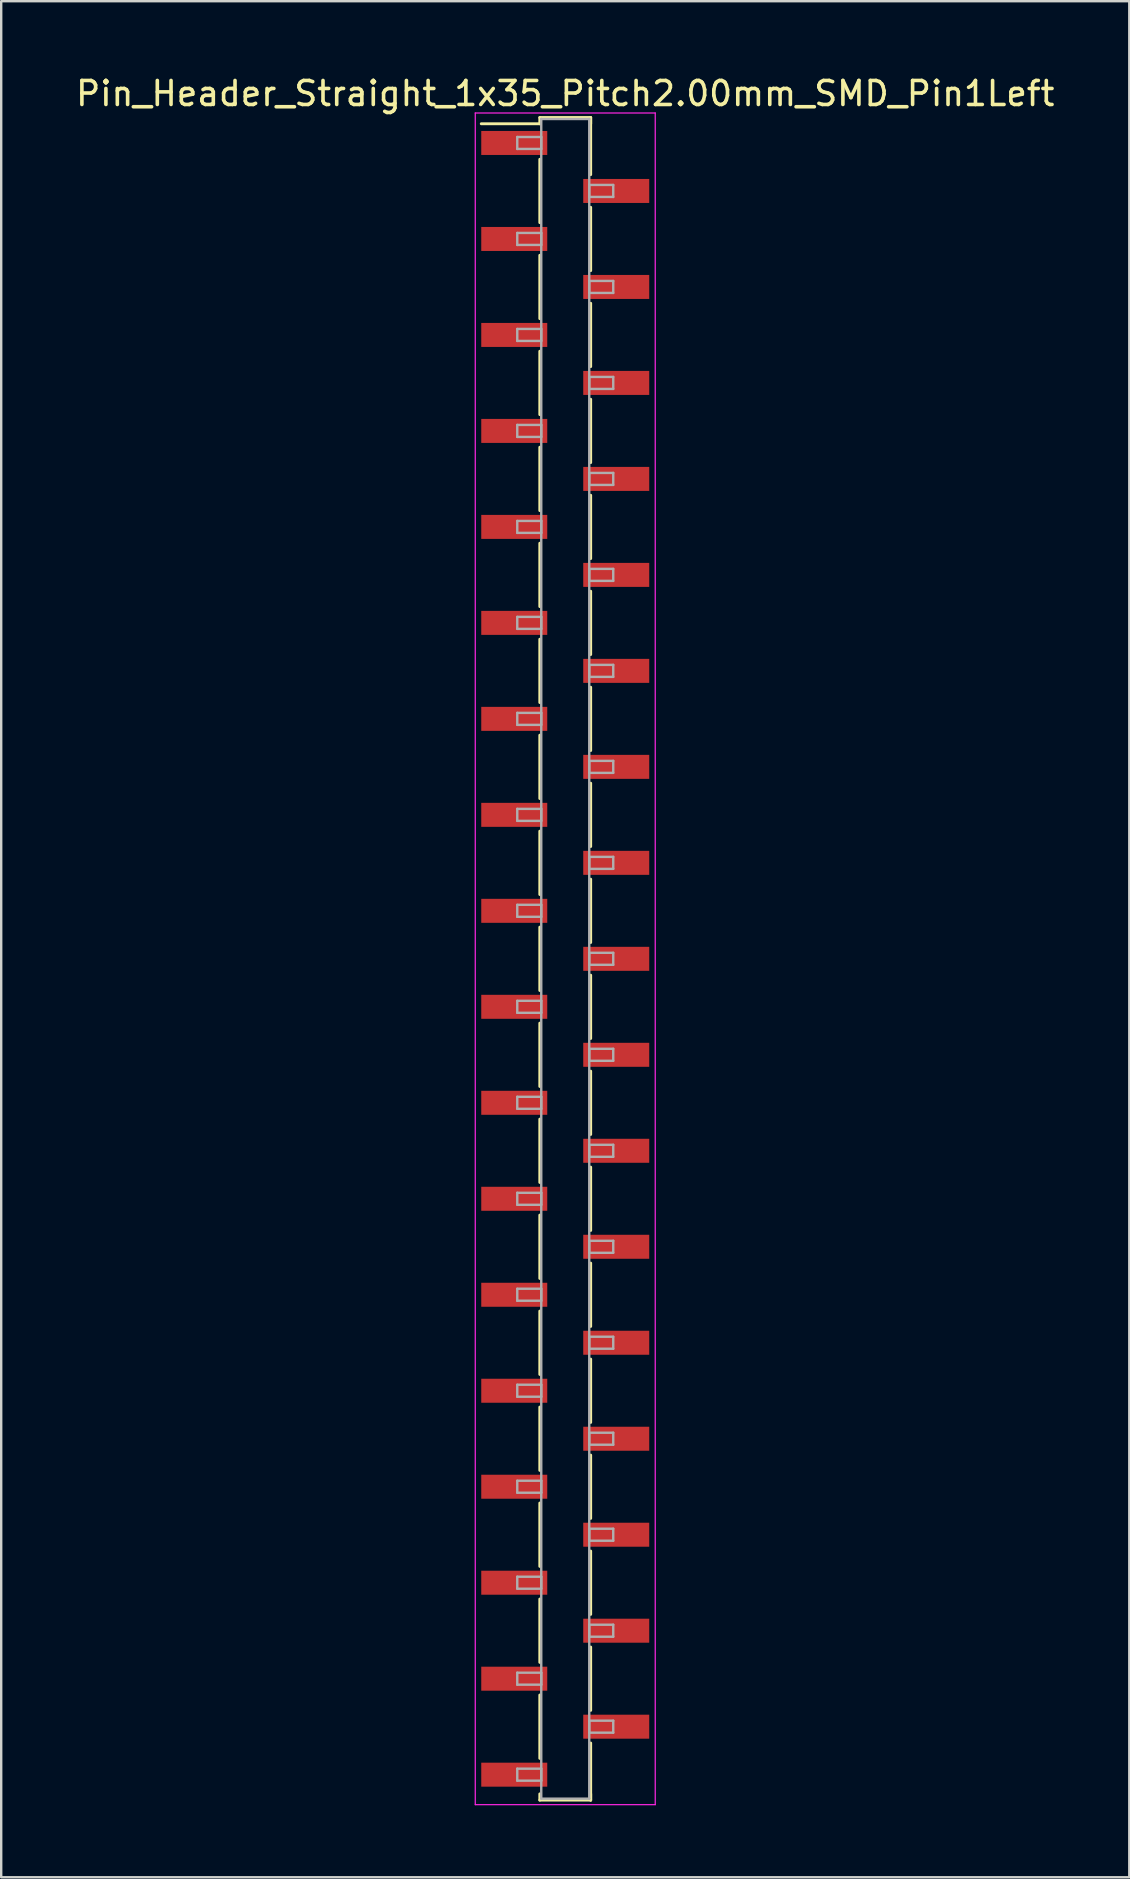
<source format=kicad_pcb>
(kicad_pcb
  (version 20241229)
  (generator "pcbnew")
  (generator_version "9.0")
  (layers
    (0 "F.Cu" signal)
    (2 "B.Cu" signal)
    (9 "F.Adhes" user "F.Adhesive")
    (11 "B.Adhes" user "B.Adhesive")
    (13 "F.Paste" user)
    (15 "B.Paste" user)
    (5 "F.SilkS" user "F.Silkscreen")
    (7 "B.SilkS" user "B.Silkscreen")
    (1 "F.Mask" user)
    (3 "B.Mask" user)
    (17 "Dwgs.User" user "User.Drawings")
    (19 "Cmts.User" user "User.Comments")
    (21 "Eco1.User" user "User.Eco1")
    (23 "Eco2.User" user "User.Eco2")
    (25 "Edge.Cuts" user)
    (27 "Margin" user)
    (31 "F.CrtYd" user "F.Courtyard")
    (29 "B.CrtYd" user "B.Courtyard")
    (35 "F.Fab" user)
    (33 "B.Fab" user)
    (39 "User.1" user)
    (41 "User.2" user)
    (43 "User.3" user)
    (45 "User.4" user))
  (footprint "Pin_Header_Straight_1x35_Pitch2.00mm_SMD_Pin1Left"
    (layer "F.Cu")
    (at 20.506 36.908)
    (property "Reference" "Pin_Header_Straight_1x35_Pitch2.00mm_SMD_Pin1Left" (at 0 -36.06 0) (layer "F.SilkS") (effects (font (size 1 1) (thickness 0.15))))
    (attr smd)
    (fp_line (start -1.06 -35.06) (end 1.06 -35.06) (stroke (width 0.12) (type solid)) (layer "F.SilkS"))
    (fp_line (start -1.06 -34.8) (end -3.5 -34.8) (stroke (width 0.12) (type solid)) (layer "F.SilkS"))
    (fp_line (start -1.06 -34.8) (end -1.06 -35.06) (stroke (width 0.12) (type solid)) (layer "F.SilkS"))
    (fp_line (start -1.06 -33.32) (end -1.06 -30.68) (stroke (width 0.12) (type solid)) (layer "F.SilkS"))
    (fp_line (start -1.06 -29.32) (end -1.06 -26.68) (stroke (width 0.12) (type solid)) (layer "F.SilkS"))
    (fp_line (start -1.06 -25.32) (end -1.06 -22.68) (stroke (width 0.12) (type solid)) (layer "F.SilkS"))
    (fp_line (start -1.06 -21.32) (end -1.06 -18.68) (stroke (width 0.12) (type solid)) (layer "F.SilkS"))
    (fp_line (start -1.06 -17.32) (end -1.06 -14.68) (stroke (width 0.12) (type solid)) (layer "F.SilkS"))
    (fp_line (start -1.06 -13.32) (end -1.06 -10.68) (stroke (width 0.12) (type solid)) (layer "F.SilkS"))
    (fp_line (start -1.06 -9.32) (end -1.06 -6.68) (stroke (width 0.12) (type solid)) (layer "F.SilkS"))
    (fp_line (start -1.06 -5.32) (end -1.06 -2.68) (stroke (width 0.12) (type solid)) (layer "F.SilkS"))
    (fp_line (start -1.06 -1.32) (end -1.06 1.32) (stroke (width 0.12) (type solid)) (layer "F.SilkS"))
    (fp_line (start -1.06 2.68) (end -1.06 5.32) (stroke (width 0.12) (type solid)) (layer "F.SilkS"))
    (fp_line (start -1.06 6.68) (end -1.06 9.32) (stroke (width 0.12) (type solid)) (layer "F.SilkS"))
    (fp_line (start -1.06 10.68) (end -1.06 13.32) (stroke (width 0.12) (type solid)) (layer "F.SilkS"))
    (fp_line (start -1.06 14.68) (end -1.06 17.32) (stroke (width 0.12) (type solid)) (layer "F.SilkS"))
    (fp_line (start -1.06 18.68) (end -1.06 21.32) (stroke (width 0.12) (type solid)) (layer "F.SilkS"))
    (fp_line (start -1.06 22.68) (end -1.06 25.32) (stroke (width 0.12) (type solid)) (layer "F.SilkS"))
    (fp_line (start -1.06 26.68) (end -1.06 29.32) (stroke (width 0.12) (type solid)) (layer "F.SilkS"))
    (fp_line (start -1.06 30.68) (end -1.06 33.32) (stroke (width 0.12) (type solid)) (layer "F.SilkS"))
    (fp_line (start -1.06 34.8) (end -1.06 35.06) (stroke (width 0.12) (type solid)) (layer "F.SilkS"))
    (fp_line (start -1.06 35.06) (end 1.06 35.06) (stroke (width 0.12) (type solid)) (layer "F.SilkS"))
    (fp_line (start 1.06 -35.06) (end 1.06 -34.8) (stroke (width 0.12) (type solid)) (layer "F.SilkS"))
    (fp_line (start 1.06 -35.06) (end 1.06 -32.68) (stroke (width 0.12) (type solid)) (layer "F.SilkS"))
    (fp_line (start 1.06 -31.32) (end 1.06 -28.68) (stroke (width 0.12) (type solid)) (layer "F.SilkS"))
    (fp_line (start 1.06 -27.32) (end 1.06 -24.68) (stroke (width 0.12) (type solid)) (layer "F.SilkS"))
    (fp_line (start 1.06 -23.32) (end 1.06 -20.68) (stroke (width 0.12) (type solid)) (layer "F.SilkS"))
    (fp_line (start 1.06 -19.32) (end 1.06 -16.68) (stroke (width 0.12) (type solid)) (layer "F.SilkS"))
    (fp_line (start 1.06 -15.32) (end 1.06 -12.68) (stroke (width 0.12) (type solid)) (layer "F.SilkS"))
    (fp_line (start 1.06 -11.32) (end 1.06 -8.68) (stroke (width 0.12) (type solid)) (layer "F.SilkS"))
    (fp_line (start 1.06 -7.32) (end 1.06 -4.68) (stroke (width 0.12) (type solid)) (layer "F.SilkS"))
    (fp_line (start 1.06 -3.32) (end 1.06 -0.68) (stroke (width 0.12) (type solid)) (layer "F.SilkS"))
    (fp_line (start 1.06 0.68) (end 1.06 3.32) (stroke (width 0.12) (type solid)) (layer "F.SilkS"))
    (fp_line (start 1.06 4.68) (end 1.06 7.32) (stroke (width 0.12) (type solid)) (layer "F.SilkS"))
    (fp_line (start 1.06 8.68) (end 1.06 11.32) (stroke (width 0.12) (type solid)) (layer "F.SilkS"))
    (fp_line (start 1.06 12.68) (end 1.06 15.32) (stroke (width 0.12) (type solid)) (layer "F.SilkS"))
    (fp_line (start 1.06 16.68) (end 1.06 19.32) (stroke (width 0.12) (type solid)) (layer "F.SilkS"))
    (fp_line (start 1.06 20.68) (end 1.06 23.32) (stroke (width 0.12) (type solid)) (layer "F.SilkS"))
    (fp_line (start 1.06 24.68) (end 1.06 27.32) (stroke (width 0.12) (type solid)) (layer "F.SilkS"))
    (fp_line (start 1.06 28.68) (end 1.06 31.32) (stroke (width 0.12) (type solid)) (layer "F.SilkS"))
    (fp_line (start 1.06 32.68) (end 1.06 35.06) (stroke (width 0.12) (type solid)) (layer "F.SilkS"))
    (fp_line (start 1.06 35.06) (end 1.06 34.8) (stroke (width 0.12) (type solid)) (layer "F.SilkS"))
    (fp_line (start -3.75 -35.25) (end -3.75 35.25) (stroke (width 0.05) (type solid)) (layer "F.CrtYd"))
    (fp_line (start -3.75 35.25) (end 3.75 35.25) (stroke (width 0.05) (type solid)) (layer "F.CrtYd"))
    (fp_line (start 3.75 -35.25) (end -3.75 -35.25) (stroke (width 0.05) (type solid)) (layer "F.CrtYd"))
    (fp_line (start 3.75 35.25) (end 3.75 -35.25) (stroke (width 0.05) (type solid)) (layer "F.CrtYd"))
    (fp_line (start -2 -34.25) (end -1 -34.25) (stroke (width 0.1) (type solid)) (layer "F.Fab"))
    (fp_line (start -2 -33.75) (end -2 -34.25) (stroke (width 0.1) (type solid)) (layer "F.Fab"))
    (fp_line (start -2 -30.25) (end -1 -30.25) (stroke (width 0.1) (type solid)) (layer "F.Fab"))
    (fp_line (start -2 -29.75) (end -2 -30.25) (stroke (width 0.1) (type solid)) (layer "F.Fab"))
    (fp_line (start -2 -26.25) (end -1 -26.25) (stroke (width 0.1) (type solid)) (layer "F.Fab"))
    (fp_line (start -2 -25.75) (end -2 -26.25) (stroke (width 0.1) (type solid)) (layer "F.Fab"))
    (fp_line (start -2 -22.25) (end -1 -22.25) (stroke (width 0.1) (type solid)) (layer "F.Fab"))
    (fp_line (start -2 -21.75) (end -2 -22.25) (stroke (width 0.1) (type solid)) (layer "F.Fab"))
    (fp_line (start -2 -18.25) (end -1 -18.25) (stroke (width 0.1) (type solid)) (layer "F.Fab"))
    (fp_line (start -2 -17.75) (end -2 -18.25) (stroke (width 0.1) (type solid)) (layer "F.Fab"))
    (fp_line (start -2 -14.25) (end -1 -14.25) (stroke (width 0.1) (type solid)) (layer "F.Fab"))
    (fp_line (start -2 -13.75) (end -2 -14.25) (stroke (width 0.1) (type solid)) (layer "F.Fab"))
    (fp_line (start -2 -10.25) (end -1 -10.25) (stroke (width 0.1) (type solid)) (layer "F.Fab"))
    (fp_line (start -2 -9.75) (end -2 -10.25) (stroke (width 0.1) (type solid)) (layer "F.Fab"))
    (fp_line (start -2 -6.25) (end -1 -6.25) (stroke (width 0.1) (type solid)) (layer "F.Fab"))
    (fp_line (start -2 -5.75) (end -2 -6.25) (stroke (width 0.1) (type solid)) (layer "F.Fab"))
    (fp_line (start -2 -2.25) (end -1 -2.25) (stroke (width 0.1) (type solid)) (layer "F.Fab"))
    (fp_line (start -2 -1.75) (end -2 -2.25) (stroke (width 0.1) (type solid)) (layer "F.Fab"))
    (fp_line (start -2 1.75) (end -1 1.75) (stroke (width 0.1) (type solid)) (layer "F.Fab"))
    (fp_line (start -2 2.25) (end -2 1.75) (stroke (width 0.1) (type solid)) (layer "F.Fab"))
    (fp_line (start -2 5.75) (end -1 5.75) (stroke (width 0.1) (type solid)) (layer "F.Fab"))
    (fp_line (start -2 6.25) (end -2 5.75) (stroke (width 0.1) (type solid)) (layer "F.Fab"))
    (fp_line (start -2 9.75) (end -1 9.75) (stroke (width 0.1) (type solid)) (layer "F.Fab"))
    (fp_line (start -2 10.25) (end -2 9.75) (stroke (width 0.1) (type solid)) (layer "F.Fab"))
    (fp_line (start -2 13.75) (end -1 13.75) (stroke (width 0.1) (type solid)) (layer "F.Fab"))
    (fp_line (start -2 14.25) (end -2 13.75) (stroke (width 0.1) (type solid)) (layer "F.Fab"))
    (fp_line (start -2 17.75) (end -1 17.75) (stroke (width 0.1) (type solid)) (layer "F.Fab"))
    (fp_line (start -2 18.25) (end -2 17.75) (stroke (width 0.1) (type solid)) (layer "F.Fab"))
    (fp_line (start -2 21.75) (end -1 21.75) (stroke (width 0.1) (type solid)) (layer "F.Fab"))
    (fp_line (start -2 22.25) (end -2 21.75) (stroke (width 0.1) (type solid)) (layer "F.Fab"))
    (fp_line (start -2 25.75) (end -1 25.75) (stroke (width 0.1) (type solid)) (layer "F.Fab"))
    (fp_line (start -2 26.25) (end -2 25.75) (stroke (width 0.1) (type solid)) (layer "F.Fab"))
    (fp_line (start -2 29.75) (end -1 29.75) (stroke (width 0.1) (type solid)) (layer "F.Fab"))
    (fp_line (start -2 30.25) (end -2 29.75) (stroke (width 0.1) (type solid)) (layer "F.Fab"))
    (fp_line (start -2 33.75) (end -1 33.75) (stroke (width 0.1) (type solid)) (layer "F.Fab"))
    (fp_line (start -2 34.25) (end -2 33.75) (stroke (width 0.1) (type solid)) (layer "F.Fab"))
    (fp_line (start -1 -35) (end -1 35) (stroke (width 0.1) (type solid)) (layer "F.Fab"))
    (fp_line (start -1 -34.25) (end -1 -33.75) (stroke (width 0.1) (type solid)) (layer "F.Fab"))
    (fp_line (start -1 -33.75) (end -2 -33.75) (stroke (width 0.1) (type solid)) (layer "F.Fab"))
    (fp_line (start -1 -30.25) (end -1 -29.75) (stroke (width 0.1) (type solid)) (layer "F.Fab"))
    (fp_line (start -1 -29.75) (end -2 -29.75) (stroke (width 0.1) (type solid)) (layer "F.Fab"))
    (fp_line (start -1 -26.25) (end -1 -25.75) (stroke (width 0.1) (type solid)) (layer "F.Fab"))
    (fp_line (start -1 -25.75) (end -2 -25.75) (stroke (width 0.1) (type solid)) (layer "F.Fab"))
    (fp_line (start -1 -22.25) (end -1 -21.75) (stroke (width 0.1) (type solid)) (layer "F.Fab"))
    (fp_line (start -1 -21.75) (end -2 -21.75) (stroke (width 0.1) (type solid)) (layer "F.Fab"))
    (fp_line (start -1 -18.25) (end -1 -17.75) (stroke (width 0.1) (type solid)) (layer "F.Fab"))
    (fp_line (start -1 -17.75) (end -2 -17.75) (stroke (width 0.1) (type solid)) (layer "F.Fab"))
    (fp_line (start -1 -14.25) (end -1 -13.75) (stroke (width 0.1) (type solid)) (layer "F.Fab"))
    (fp_line (start -1 -13.75) (end -2 -13.75) (stroke (width 0.1) (type solid)) (layer "F.Fab"))
    (fp_line (start -1 -10.25) (end -1 -9.75) (stroke (width 0.1) (type solid)) (layer "F.Fab"))
    (fp_line (start -1 -9.75) (end -2 -9.75) (stroke (width 0.1) (type solid)) (layer "F.Fab"))
    (fp_line (start -1 -6.25) (end -1 -5.75) (stroke (width 0.1) (type solid)) (layer "F.Fab"))
    (fp_line (start -1 -5.75) (end -2 -5.75) (stroke (width 0.1) (type solid)) (layer "F.Fab"))
    (fp_line (start -1 -2.25) (end -1 -1.75) (stroke (width 0.1) (type solid)) (layer "F.Fab"))
    (fp_line (start -1 -1.75) (end -2 -1.75) (stroke (width 0.1) (type solid)) (layer "F.Fab"))
    (fp_line (start -1 1.75) (end -1 2.25) (stroke (width 0.1) (type solid)) (layer "F.Fab"))
    (fp_line (start -1 2.25) (end -2 2.25) (stroke (width 0.1) (type solid)) (layer "F.Fab"))
    (fp_line (start -1 5.75) (end -1 6.25) (stroke (width 0.1) (type solid)) (layer "F.Fab"))
    (fp_line (start -1 6.25) (end -2 6.25) (stroke (width 0.1) (type solid)) (layer "F.Fab"))
    (fp_line (start -1 9.75) (end -1 10.25) (stroke (width 0.1) (type solid)) (layer "F.Fab"))
    (fp_line (start -1 10.25) (end -2 10.25) (stroke (width 0.1) (type solid)) (layer "F.Fab"))
    (fp_line (start -1 13.75) (end -1 14.25) (stroke (width 0.1) (type solid)) (layer "F.Fab"))
    (fp_line (start -1 14.25) (end -2 14.25) (stroke (width 0.1) (type solid)) (layer "F.Fab"))
    (fp_line (start -1 17.75) (end -1 18.25) (stroke (width 0.1) (type solid)) (layer "F.Fab"))
    (fp_line (start -1 18.25) (end -2 18.25) (stroke (width 0.1) (type solid)) (layer "F.Fab"))
    (fp_line (start -1 21.75) (end -1 22.25) (stroke (width 0.1) (type solid)) (layer "F.Fab"))
    (fp_line (start -1 22.25) (end -2 22.25) (stroke (width 0.1) (type solid)) (layer "F.Fab"))
    (fp_line (start -1 25.75) (end -1 26.25) (stroke (width 0.1) (type solid)) (layer "F.Fab"))
    (fp_line (start -1 26.25) (end -2 26.25) (stroke (width 0.1) (type solid)) (layer "F.Fab"))
    (fp_line (start -1 29.75) (end -1 30.25) (stroke (width 0.1) (type solid)) (layer "F.Fab"))
    (fp_line (start -1 30.25) (end -2 30.25) (stroke (width 0.1) (type solid)) (layer "F.Fab"))
    (fp_line (start -1 33.75) (end -1 34.25) (stroke (width 0.1) (type solid)) (layer "F.Fab"))
    (fp_line (start -1 34.25) (end -2 34.25) (stroke (width 0.1) (type solid)) (layer "F.Fab"))
    (fp_line (start -1 35) (end 1 35) (stroke (width 0.1) (type solid)) (layer "F.Fab"))
    (fp_line (start 1 -35) (end -1 -35) (stroke (width 0.1) (type solid)) (layer "F.Fab"))
    (fp_line (start 1 -32.25) (end 1 -31.75) (stroke (width 0.1) (type solid)) (layer "F.Fab"))
    (fp_line (start 1 -31.75) (end 2 -31.75) (stroke (width 0.1) (type solid)) (layer "F.Fab"))
    (fp_line (start 1 -28.25) (end 1 -27.75) (stroke (width 0.1) (type solid)) (layer "F.Fab"))
    (fp_line (start 1 -27.75) (end 2 -27.75) (stroke (width 0.1) (type solid)) (layer "F.Fab"))
    (fp_line (start 1 -24.25) (end 1 -23.75) (stroke (width 0.1) (type solid)) (layer "F.Fab"))
    (fp_line (start 1 -23.75) (end 2 -23.75) (stroke (width 0.1) (type solid)) (layer "F.Fab"))
    (fp_line (start 1 -20.25) (end 1 -19.75) (stroke (width 0.1) (type solid)) (layer "F.Fab"))
    (fp_line (start 1 -19.75) (end 2 -19.75) (stroke (width 0.1) (type solid)) (layer "F.Fab"))
    (fp_line (start 1 -16.25) (end 1 -15.75) (stroke (width 0.1) (type solid)) (layer "F.Fab"))
    (fp_line (start 1 -15.75) (end 2 -15.75) (stroke (width 0.1) (type solid)) (layer "F.Fab"))
    (fp_line (start 1 -12.25) (end 1 -11.75) (stroke (width 0.1) (type solid)) (layer "F.Fab"))
    (fp_line (start 1 -11.75) (end 2 -11.75) (stroke (width 0.1) (type solid)) (layer "F.Fab"))
    (fp_line (start 1 -8.25) (end 1 -7.75) (stroke (width 0.1) (type solid)) (layer "F.Fab"))
    (fp_line (start 1 -7.75) (end 2 -7.75) (stroke (width 0.1) (type solid)) (layer "F.Fab"))
    (fp_line (start 1 -4.25) (end 1 -3.75) (stroke (width 0.1) (type solid)) (layer "F.Fab"))
    (fp_line (start 1 -3.75) (end 2 -3.75) (stroke (width 0.1) (type solid)) (layer "F.Fab"))
    (fp_line (start 1 -0.25) (end 1 0.25) (stroke (width 0.1) (type solid)) (layer "F.Fab"))
    (fp_line (start 1 0.25) (end 2 0.25) (stroke (width 0.1) (type solid)) (layer "F.Fab"))
    (fp_line (start 1 3.75) (end 1 4.25) (stroke (width 0.1) (type solid)) (layer "F.Fab"))
    (fp_line (start 1 4.25) (end 2 4.25) (stroke (width 0.1) (type solid)) (layer "F.Fab"))
    (fp_line (start 1 7.75) (end 1 8.25) (stroke (width 0.1) (type solid)) (layer "F.Fab"))
    (fp_line (start 1 8.25) (end 2 8.25) (stroke (width 0.1) (type solid)) (layer "F.Fab"))
    (fp_line (start 1 11.75) (end 1 12.25) (stroke (width 0.1) (type solid)) (layer "F.Fab"))
    (fp_line (start 1 12.25) (end 2 12.25) (stroke (width 0.1) (type solid)) (layer "F.Fab"))
    (fp_line (start 1 15.75) (end 1 16.25) (stroke (width 0.1) (type solid)) (layer "F.Fab"))
    (fp_line (start 1 16.25) (end 2 16.25) (stroke (width 0.1) (type solid)) (layer "F.Fab"))
    (fp_line (start 1 19.75) (end 1 20.25) (stroke (width 0.1) (type solid)) (layer "F.Fab"))
    (fp_line (start 1 20.25) (end 2 20.25) (stroke (width 0.1) (type solid)) (layer "F.Fab"))
    (fp_line (start 1 23.75) (end 1 24.25) (stroke (width 0.1) (type solid)) (layer "F.Fab"))
    (fp_line (start 1 24.25) (end 2 24.25) (stroke (width 0.1) (type solid)) (layer "F.Fab"))
    (fp_line (start 1 27.75) (end 1 28.25) (stroke (width 0.1) (type solid)) (layer "F.Fab"))
    (fp_line (start 1 28.25) (end 2 28.25) (stroke (width 0.1) (type solid)) (layer "F.Fab"))
    (fp_line (start 1 31.75) (end 1 32.25) (stroke (width 0.1) (type solid)) (layer "F.Fab"))
    (fp_line (start 1 32.25) (end 2 32.25) (stroke (width 0.1) (type solid)) (layer "F.Fab"))
    (fp_line (start 1 35) (end 1 -35) (stroke (width 0.1) (type solid)) (layer "F.Fab"))
    (fp_line (start 2 -32.25) (end 1 -32.25) (stroke (width 0.1) (type solid)) (layer "F.Fab"))
    (fp_line (start 2 -31.75) (end 2 -32.25) (stroke (width 0.1) (type solid)) (layer "F.Fab"))
    (fp_line (start 2 -28.25) (end 1 -28.25) (stroke (width 0.1) (type solid)) (layer "F.Fab"))
    (fp_line (start 2 -27.75) (end 2 -28.25) (stroke (width 0.1) (type solid)) (layer "F.Fab"))
    (fp_line (start 2 -24.25) (end 1 -24.25) (stroke (width 0.1) (type solid)) (layer "F.Fab"))
    (fp_line (start 2 -23.75) (end 2 -24.25) (stroke (width 0.1) (type solid)) (layer "F.Fab"))
    (fp_line (start 2 -20.25) (end 1 -20.25) (stroke (width 0.1) (type solid)) (layer "F.Fab"))
    (fp_line (start 2 -19.75) (end 2 -20.25) (stroke (width 0.1) (type solid)) (layer "F.Fab"))
    (fp_line (start 2 -16.25) (end 1 -16.25) (stroke (width 0.1) (type solid)) (layer "F.Fab"))
    (fp_line (start 2 -15.75) (end 2 -16.25) (stroke (width 0.1) (type solid)) (layer "F.Fab"))
    (fp_line (start 2 -12.25) (end 1 -12.25) (stroke (width 0.1) (type solid)) (layer "F.Fab"))
    (fp_line (start 2 -11.75) (end 2 -12.25) (stroke (width 0.1) (type solid)) (layer "F.Fab"))
    (fp_line (start 2 -8.25) (end 1 -8.25) (stroke (width 0.1) (type solid)) (layer "F.Fab"))
    (fp_line (start 2 -7.75) (end 2 -8.25) (stroke (width 0.1) (type solid)) (layer "F.Fab"))
    (fp_line (start 2 -4.25) (end 1 -4.25) (stroke (width 0.1) (type solid)) (layer "F.Fab"))
    (fp_line (start 2 -3.75) (end 2 -4.25) (stroke (width 0.1) (type solid)) (layer "F.Fab"))
    (fp_line (start 2 -0.25) (end 1 -0.25) (stroke (width 0.1) (type solid)) (layer "F.Fab"))
    (fp_line (start 2 0.25) (end 2 -0.25) (stroke (width 0.1) (type solid)) (layer "F.Fab"))
    (fp_line (start 2 3.75) (end 1 3.75) (stroke (width 0.1) (type solid)) (layer "F.Fab"))
    (fp_line (start 2 4.25) (end 2 3.75) (stroke (width 0.1) (type solid)) (layer "F.Fab"))
    (fp_line (start 2 7.75) (end 1 7.75) (stroke (width 0.1) (type solid)) (layer "F.Fab"))
    (fp_line (start 2 8.25) (end 2 7.75) (stroke (width 0.1) (type solid)) (layer "F.Fab"))
    (fp_line (start 2 11.75) (end 1 11.75) (stroke (width 0.1) (type solid)) (layer "F.Fab"))
    (fp_line (start 2 12.25) (end 2 11.75) (stroke (width 0.1) (type solid)) (layer "F.Fab"))
    (fp_line (start 2 15.75) (end 1 15.75) (stroke (width 0.1) (type solid)) (layer "F.Fab"))
    (fp_line (start 2 16.25) (end 2 15.75) (stroke (width 0.1) (type solid)) (layer "F.Fab"))
    (fp_line (start 2 19.75) (end 1 19.75) (stroke (width 0.1) (type solid)) (layer "F.Fab"))
    (fp_line (start 2 20.25) (end 2 19.75) (stroke (width 0.1) (type solid)) (layer "F.Fab"))
    (fp_line (start 2 23.75) (end 1 23.75) (stroke (width 0.1) (type solid)) (layer "F.Fab"))
    (fp_line (start 2 24.25) (end 2 23.75) (stroke (width 0.1) (type solid)) (layer "F.Fab"))
    (fp_line (start 2 27.75) (end 1 27.75) (stroke (width 0.1) (type solid)) (layer "F.Fab"))
    (fp_line (start 2 28.25) (end 2 27.75) (stroke (width 0.1) (type solid)) (layer "F.Fab"))
    (fp_line (start 2 31.75) (end 1 31.75) (stroke (width 0.1) (type solid)) (layer "F.Fab"))
    (fp_line (start 2 32.25) (end 2 31.75) (stroke (width 0.1) (type solid)) (layer "F.Fab"))
    (pad "1" smd rect (at -2.125 -34) (size 2.75 1) (layers "F.Cu" "F.Mask"))
    (pad "2" smd rect (at 2.125 -32) (size 2.75 1) (layers "F.Cu" "F.Mask"))
    (pad "3" smd rect (at -2.125 -30) (size 2.75 1) (layers "F.Cu" "F.Mask"))
    (pad "4" smd rect (at 2.125 -28) (size 2.75 1) (layers "F.Cu" "F.Mask"))
    (pad "5" smd rect (at -2.125 -26) (size 2.75 1) (layers "F.Cu" "F.Mask"))
    (pad "6" smd rect (at 2.125 -24) (size 2.75 1) (layers "F.Cu" "F.Mask"))
    (pad "7" smd rect (at -2.125 -22) (size 2.75 1) (layers "F.Cu" "F.Mask"))
    (pad "8" smd rect (at 2.125 -20) (size 2.75 1) (layers "F.Cu" "F.Mask"))
    (pad "9" smd rect (at -2.125 -18) (size 2.75 1) (layers "F.Cu" "F.Mask"))
    (pad "10" smd rect (at 2.125 -16) (size 2.75 1) (layers "F.Cu" "F.Mask"))
    (pad "11" smd rect (at -2.125 -14) (size 2.75 1) (layers "F.Cu" "F.Mask"))
    (pad "12" smd rect (at 2.125 -12) (size 2.75 1) (layers "F.Cu" "F.Mask"))
    (pad "13" smd rect (at -2.125 -10) (size 2.75 1) (layers "F.Cu" "F.Mask"))
    (pad "14" smd rect (at 2.125 -8) (size 2.75 1) (layers "F.Cu" "F.Mask"))
    (pad "15" smd rect (at -2.125 -6) (size 2.75 1) (layers "F.Cu" "F.Mask"))
    (pad "16" smd rect (at 2.125 -4) (size 2.75 1) (layers "F.Cu" "F.Mask"))
    (pad "17" smd rect (at -2.125 -2) (size 2.75 1) (layers "F.Cu" "F.Mask"))
    (pad "18" smd rect (at 2.125 0) (size 2.75 1) (layers "F.Cu" "F.Mask"))
    (pad "19" smd rect (at -2.125 2) (size 2.75 1) (layers "F.Cu" "F.Mask"))
    (pad "20" smd rect (at 2.125 4) (size 2.75 1) (layers "F.Cu" "F.Mask"))
    (pad "21" smd rect (at -2.125 6) (size 2.75 1) (layers "F.Cu" "F.Mask"))
    (pad "22" smd rect (at 2.125 8) (size 2.75 1) (layers "F.Cu" "F.Mask"))
    (pad "23" smd rect (at -2.125 10) (size 2.75 1) (layers "F.Cu" "F.Mask"))
    (pad "24" smd rect (at 2.125 12) (size 2.75 1) (layers "F.Cu" "F.Mask"))
    (pad "25" smd rect (at -2.125 14) (size 2.75 1) (layers "F.Cu" "F.Mask"))
    (pad "26" smd rect (at 2.125 16) (size 2.75 1) (layers "F.Cu" "F.Mask"))
    (pad "27" smd rect (at -2.125 18) (size 2.75 1) (layers "F.Cu" "F.Mask"))
    (pad "28" smd rect (at 2.125 20) (size 2.75 1) (layers "F.Cu" "F.Mask"))
    (pad "29" smd rect (at -2.125 22) (size 2.75 1) (layers "F.Cu" "F.Mask"))
    (pad "30" smd rect (at 2.125 24) (size 2.75 1) (layers "F.Cu" "F.Mask"))
    (pad "31" smd rect (at -2.125 26) (size 2.75 1) (layers "F.Cu" "F.Mask"))
    (pad "32" smd rect (at 2.125 28) (size 2.75 1) (layers "F.Cu" "F.Mask"))
    (pad "33" smd rect (at -2.125 30) (size 2.75 1) (layers "F.Cu" "F.Mask"))
    (pad "34" smd rect (at 2.125 32) (size 2.75 1) (layers "F.Cu" "F.Mask"))
    (pad "35" smd rect (at -2.125 34) (size 2.75 1) (layers "F.Cu" "F.Mask")))
  (gr_rect
    (start -3 -3)
    (end 44.012 75.183)
    (stroke (width 0.1) (type default))
    (fill no)
    (layer "Edge.Cuts")))
</source>
